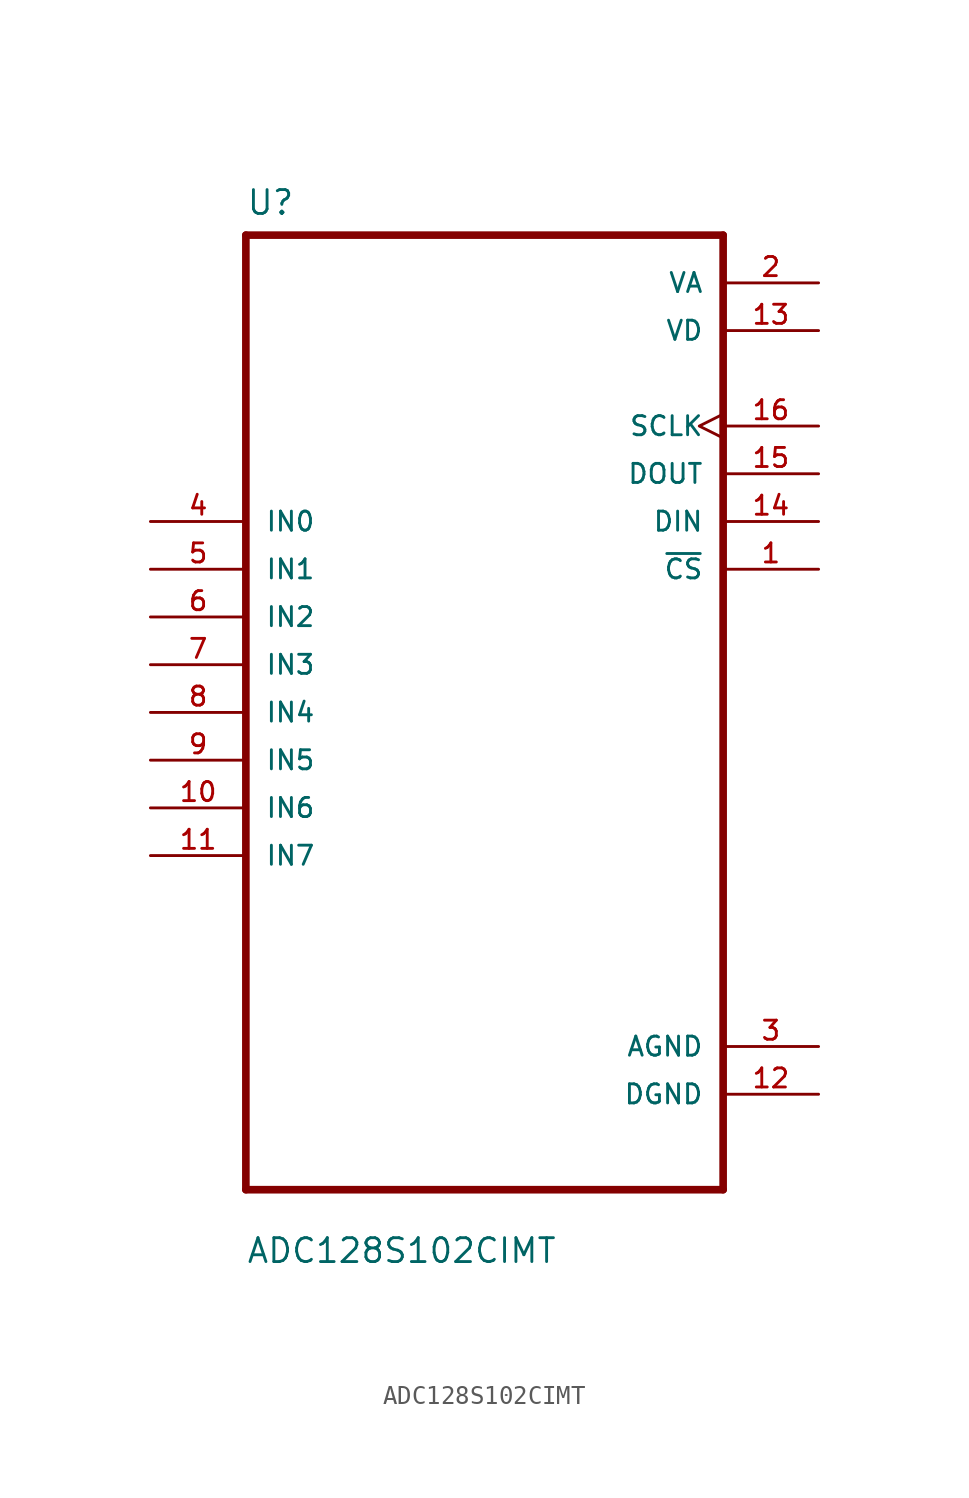
<source format=kicad_sym>
(kicad_symbol_lib
  (version 20211014)
  (generator kicad_symbol_editor)
  (symbol "ADC128S102CIMT"
    (pin_names
      (offset 1.016))
    (property "Reference" "U"
      (at -12.7 26.391 0)
      (effects (font (size 1.27 1.27)) (justify left bottom)))
    (property "Value" "ADC128S102CIMT"
      (at -12.7 -29.388 0)
      (effects (font (size 1.27 1.27)) (justify left bottom)))
    (property "ki_locked" ""
      (at 0 0 0)
      (effects (font (size 1.27 1.27))))
    (symbol "ADC128S102CIMT_0_0"
      (polyline (pts (xy -12.7 -25.4) (xy -12.7 25.4)) (stroke (width 0.406) (type default) (color 0 0 0 0)) (fill (type none)))
      (polyline (pts (xy -12.7 25.4) (xy 12.7 25.4)) (stroke (width 0.406) (type default) (color 0 0 0 0)) (fill (type none)))
      (polyline (pts (xy 12.7 -25.4) (xy -12.7 -25.4)) (stroke (width 0.406) (type default) (color 0 0 0 0)) (fill (type none)))
      (polyline (pts (xy 12.7 25.4) (xy 12.7 -25.4)) (stroke (width 0.406) (type default) (color 0 0 0 0)) (fill (type none)))
      (pin input line (at 17.78 7.62 180) (length 5.08) (name "~{CS}" (effects (font (size 1.016 1.016)))) (number "1" (effects (font (size 1.016 1.016)))))
      (pin input line (at -17.78 -5.08 0) (length 5.08) (name "IN6" (effects (font (size 1.016 1.016)))) (number "10" (effects (font (size 1.016 1.016)))))
      (pin input line (at -17.78 -7.62 0) (length 5.08) (name "IN7" (effects (font (size 1.016 1.016)))) (number "11" (effects (font (size 1.016 1.016)))))
      (pin power_in line (at 17.78 -20.32 180) (length 5.08) (name "DGND" (effects (font (size 1.016 1.016)))) (number "12" (effects (font (size 1.016 1.016)))))
      (pin power_in line (at 17.78 20.32 180) (length 5.08) (name "VD" (effects (font (size 1.016 1.016)))) (number "13" (effects (font (size 1.016 1.016)))))
      (pin input line (at 17.78 10.16 180) (length 5.08) (name "DIN" (effects (font (size 1.016 1.016)))) (number "14" (effects (font (size 1.016 1.016)))))
      (pin output line (at 17.78 12.7 180) (length 5.08) (name "DOUT" (effects (font (size 1.016 1.016)))) (number "15" (effects (font (size 1.016 1.016)))))
      (pin input clock (at 17.78 15.24 180) (length 5.08) (name "SCLK" (effects (font (size 1.016 1.016)))) (number "16" (effects (font (size 1.016 1.016)))))
      (pin power_in line (at 17.78 22.86 180) (length 5.08) (name "VA" (effects (font (size 1.016 1.016)))) (number "2" (effects (font (size 1.016 1.016)))))
      (pin power_in line (at 17.78 -17.78 180) (length 5.08) (name "AGND" (effects (font (size 1.016 1.016)))) (number "3" (effects (font (size 1.016 1.016)))))
      (pin input line (at -17.78 10.16 0) (length 5.08) (name "IN0" (effects (font (size 1.016 1.016)))) (number "4" (effects (font (size 1.016 1.016)))))
      (pin input line (at -17.78 7.62 0) (length 5.08) (name "IN1" (effects (font (size 1.016 1.016)))) (number "5" (effects (font (size 1.016 1.016)))))
      (pin input line (at -17.78 5.08 0) (length 5.08) (name "IN2" (effects (font (size 1.016 1.016)))) (number "6" (effects (font (size 1.016 1.016)))))
      (pin input line (at -17.78 2.54 0) (length 5.08) (name "IN3" (effects (font (size 1.016 1.016)))) (number "7" (effects (font (size 1.016 1.016)))))
      (pin input line (at -17.78 0 0) (length 5.08) (name "IN4" (effects (font (size 1.016 1.016)))) (number "8" (effects (font (size 1.016 1.016)))))
      (pin input line (at -17.78 -2.54 0) (length 5.08) (name "IN5" (effects (font (size 1.016 1.016)))) (number "9" (effects (font (size 1.016 1.016))))))))
</source>
